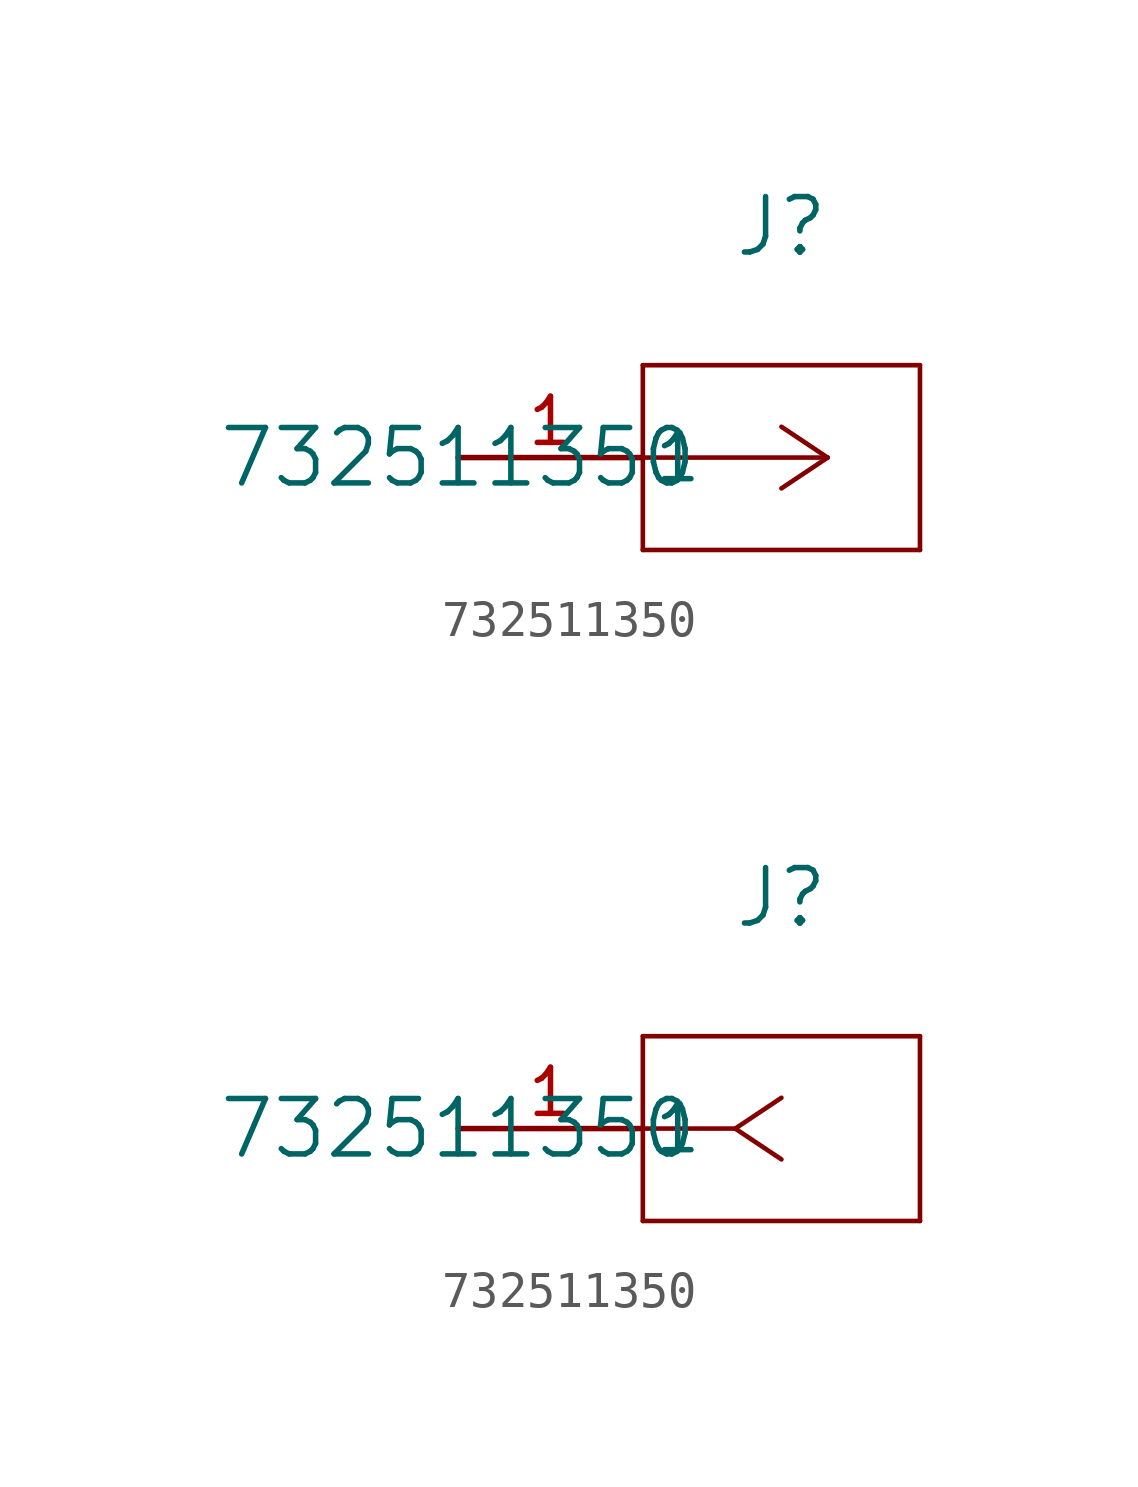
<source format=kicad_sym>
(kicad_symbol_lib
  (version 20211014)
  (generator kicad_symbol_editor)
  (symbol "732511350"
    (pin_names
      (offset 0.254))
    (property "Reference" "J"
      (at 8.89 6.35 0)
      (effects (font (size 1.524 1.524))))
    (property "Value" "732511350"
      (at 0 0 0)
      (effects (font (size 1.524 1.524))))
    (symbol "732511350_1_1"
      (polyline (pts (xy 10.16 0) (xy 5.08 0)) (stroke (width 0.127) (type default) (color 0 0 0 0)) (fill (type none)))
      (polyline (pts (xy 10.16 0) (xy 8.89 0.847)) (stroke (width 0.127) (type default) (color 0 0 0 0)) (fill (type none)))
      (polyline (pts (xy 10.16 0) (xy 8.89 -0.847)) (stroke (width 0.127) (type default) (color 0 0 0 0)) (fill (type none)))
      (polyline (pts (xy 5.08 2.54) (xy 5.08 -2.54)) (stroke (width 0.127) (type default) (color 0 0 0 0)) (fill (type none)))
      (polyline (pts (xy 5.08 -2.54) (xy 12.7 -2.54)) (stroke (width 0.127) (type default) (color 0 0 0 0)) (fill (type none)))
      (polyline (pts (xy 12.7 -2.54) (xy 12.7 2.54)) (stroke (width 0.127) (type default) (color 0 0 0 0)) (fill (type none)))
      (polyline (pts (xy 12.7 2.54) (xy 5.08 2.54)) (stroke (width 0.127) (type default) (color 0 0 0 0)) (fill (type none)))
      (pin unspecified line (at 0 0 0) (length 5.08) (name "1" (effects (font (size 1.27 1.27)))) (number "1" (effects (font (size 1.27 1.27))))))
    (symbol "732511350_1_2"
      (polyline (pts (xy 7.62 0) (xy 5.08 0)) (stroke (width 0.127) (type default) (color 0 0 0 0)) (fill (type none)))
      (polyline (pts (xy 7.62 0) (xy 8.89 0.847)) (stroke (width 0.127) (type default) (color 0 0 0 0)) (fill (type none)))
      (polyline (pts (xy 7.62 0) (xy 8.89 -0.847)) (stroke (width 0.127) (type default) (color 0 0 0 0)) (fill (type none)))
      (polyline (pts (xy 5.08 2.54) (xy 5.08 -2.54)) (stroke (width 0.127) (type default) (color 0 0 0 0)) (fill (type none)))
      (polyline (pts (xy 5.08 -2.54) (xy 12.7 -2.54)) (stroke (width 0.127) (type default) (color 0 0 0 0)) (fill (type none)))
      (polyline (pts (xy 12.7 -2.54) (xy 12.7 2.54)) (stroke (width 0.127) (type default) (color 0 0 0 0)) (fill (type none)))
      (polyline (pts (xy 12.7 2.54) (xy 5.08 2.54)) (stroke (width 0.127) (type default) (color 0 0 0 0)) (fill (type none)))
      (pin unspecified line (at 0 0 0) (length 5.08) (name "1" (effects (font (size 1.27 1.27)))) (number "1" (effects (font (size 1.27 1.27))))))))
</source>
